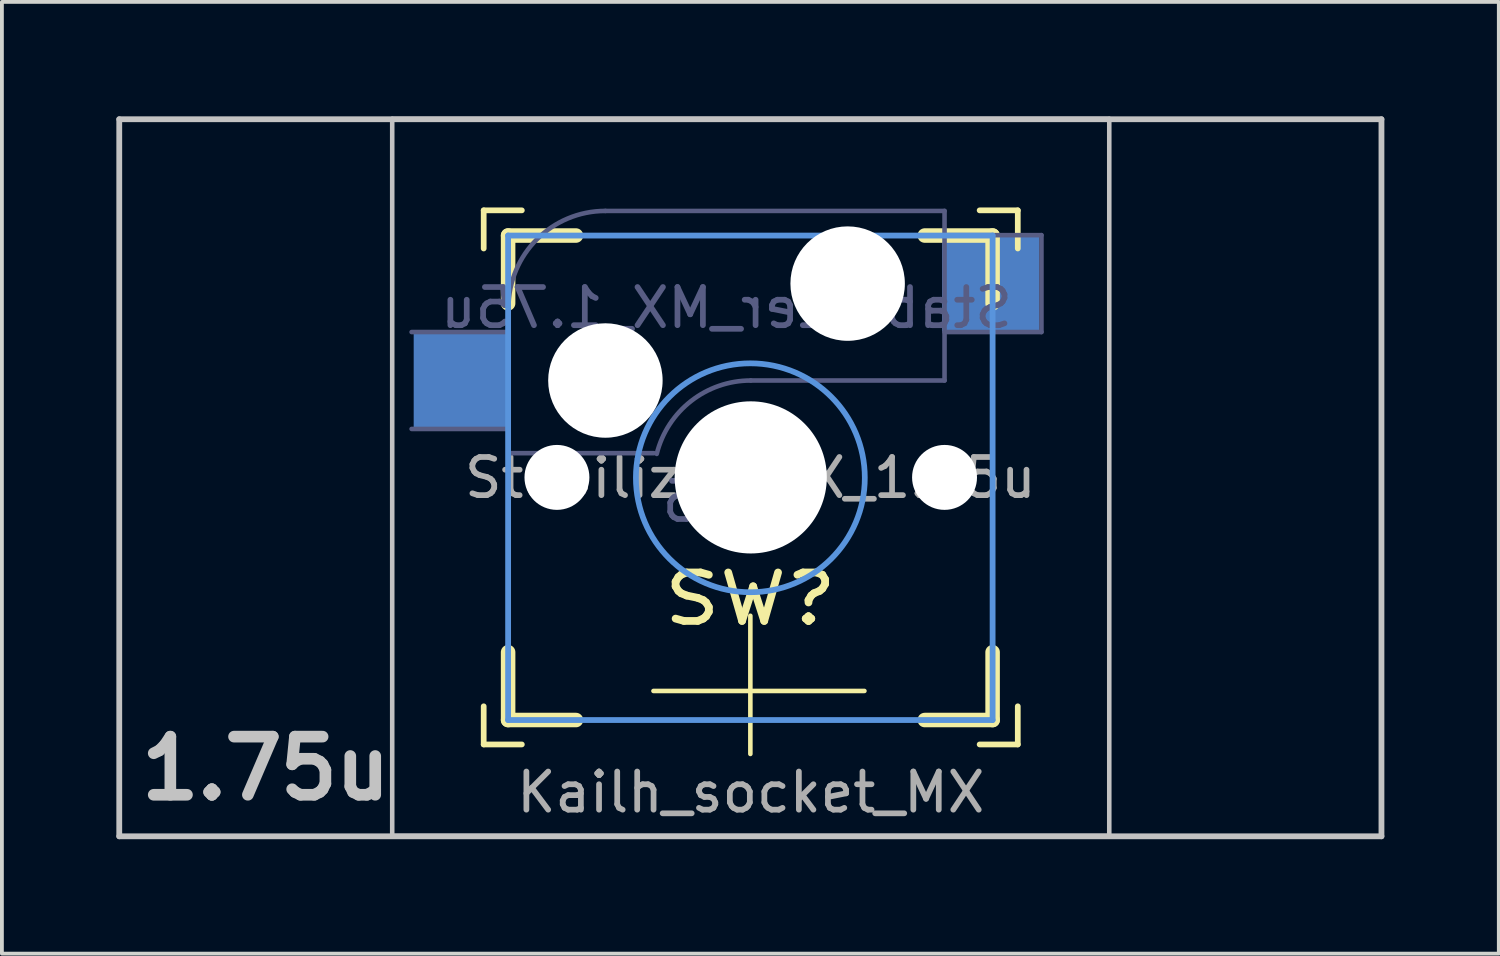
<source format=kicad_pcb>
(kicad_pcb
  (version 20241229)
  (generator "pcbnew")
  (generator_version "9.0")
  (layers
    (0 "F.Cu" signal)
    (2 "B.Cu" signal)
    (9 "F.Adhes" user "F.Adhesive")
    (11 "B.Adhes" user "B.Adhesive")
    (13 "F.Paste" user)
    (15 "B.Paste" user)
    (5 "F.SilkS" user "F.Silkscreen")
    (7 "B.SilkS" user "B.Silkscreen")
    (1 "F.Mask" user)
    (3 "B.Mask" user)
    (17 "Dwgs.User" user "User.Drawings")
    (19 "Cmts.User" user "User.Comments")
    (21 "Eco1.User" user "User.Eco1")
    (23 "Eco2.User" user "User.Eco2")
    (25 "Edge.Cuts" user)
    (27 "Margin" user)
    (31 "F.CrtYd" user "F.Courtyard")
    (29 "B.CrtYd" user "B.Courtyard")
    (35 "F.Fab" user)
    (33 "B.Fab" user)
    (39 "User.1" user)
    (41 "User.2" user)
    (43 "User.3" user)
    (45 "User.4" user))
  (footprint "Stabilizer_MX_1.75u"
    (layer "F.Cu")
    (at 16.619 9.474)
    (property "Reference" "Stabilizer_MX_1.75u" (at 0 0 0) (layer "F.Fab") (effects (font (size 1 1) (thickness 0.15))))
    (property "Value" "1.75" (at 8.89 7.62 0) (layer "F.Fab") (hide yes) (effects (font (size 1 1) (thickness 0.15))))
    (attr through_hole)
    (fp_line (start -6.99 -6.01) (end -6.99 -7.01) (stroke (width 0.15) (type solid)) (layer "F.SilkS"))
    (fp_line (start -6.99 6.99) (end -6.99 5.99) (stroke (width 0.15) (type solid)) (layer "F.SilkS"))
    (fp_line (start -6.99 6.99) (end -5.99 6.99) (stroke (width 0.15) (type solid)) (layer "F.SilkS"))
    (fp_line (start -6.35 -6.35) (end -4.572 -6.35) (stroke (width 0.381) (type solid)) (layer "F.SilkS"))
    (fp_line (start -6.35 -4.572) (end -6.35 -6.35) (stroke (width 0.381) (type solid)) (layer "F.SilkS"))
    (fp_line (start -6.35 6.35) (end -6.35 4.572) (stroke (width 0.381) (type solid)) (layer "F.SilkS"))
    (fp_line (start -5.99 -7.01) (end -6.99 -7.01) (stroke (width 0.15) (type solid)) (layer "F.SilkS"))
    (fp_line (start -4.572 6.35) (end -6.35 6.35) (stroke (width 0.381) (type solid)) (layer "F.SilkS"))
    (fp_line (start -2.54 5.588) (end 2.99 5.588) (stroke (width 0.12) (type solid)) (layer "F.SilkS"))
    (fp_line (start 0 7.239) (end 0 3.617) (stroke (width 0.12) (type solid)) (layer "F.SilkS"))
    (fp_line (start 4.572 -6.35) (end 6.35 -6.35) (stroke (width 0.381) (type solid)) (layer "F.SilkS"))
    (fp_line (start 6.01 6.99) (end 7.01 6.99) (stroke (width 0.15) (type solid)) (layer "F.SilkS"))
    (fp_line (start 6.35 -6.35) (end 6.35 -4.572) (stroke (width 0.381) (type solid)) (layer "F.SilkS"))
    (fp_line (start 6.35 4.572) (end 6.35 6.35) (stroke (width 0.381) (type solid)) (layer "F.SilkS"))
    (fp_line (start 6.35 6.35) (end 4.572 6.35) (stroke (width 0.381) (type solid)) (layer "F.SilkS"))
    (fp_line (start 7.01 -7.01) (end 6.01 -7.01) (stroke (width 0.15) (type solid)) (layer "F.SilkS"))
    (fp_line (start 7.01 -7.01) (end 7.01 -6.01) (stroke (width 0.15) (type solid)) (layer "F.SilkS"))
    (fp_line (start 7.01 5.99) (end 7.01 6.99) (stroke (width 0.15) (type solid)) (layer "F.SilkS"))
    (fp_line (start -16.543 -9.398) (end -16.543 9.398) (stroke (width 0.152) (type solid)) (layer "Dwgs.User"))
    (fp_line (start -16.543 -9.398) (end 16.543 -9.398) (stroke (width 0.152) (type solid)) (layer "Dwgs.User"))
    (fp_line (start -16.543 9.398) (end 16.543 9.398) (stroke (width 0.152) (type solid)) (layer "Dwgs.User"))
    (fp_line (start -9.388 -9.408) (end 9.408 -9.408) (stroke (width 0.12) (type solid)) (layer "Dwgs.User"))
    (fp_line (start -9.388 9.388) (end -9.388 -9.408) (stroke (width 0.12) (type solid)) (layer "Dwgs.User"))
    (fp_line (start 9.408 -9.408) (end 9.408 9.388) (stroke (width 0.12) (type solid)) (layer "Dwgs.User"))
    (fp_line (start 9.408 9.388) (end -9.388 9.388) (stroke (width 0.12) (type solid)) (layer "Dwgs.User"))
    (fp_line (start 16.543 9.398) (end 16.543 -9.398) (stroke (width 0.152) (type solid)) (layer "Dwgs.User"))
    (fp_line (start -6.35 -6.35) (end 6.35 -6.35) (stroke (width 0.152) (type solid)) (layer "Cmts.User"))
    (fp_line (start -6.35 6.35) (end -6.35 -6.35) (stroke (width 0.152) (type solid)) (layer "Cmts.User"))
    (fp_line (start 6.35 -6.35) (end 6.35 6.35) (stroke (width 0.152) (type solid)) (layer "Cmts.User"))
    (fp_line (start 6.35 6.35) (end -6.35 6.35) (stroke (width 0.152) (type solid)) (layer "Cmts.User"))
    (fp_circle (center 0 0) (end 3 0) (stroke (width 0.15) (type solid)) (fill no) (layer "Cmts.User"))
    (fp_line (start -7.25 -7.25) (end 7.25 -7.25) (stroke (width 0.15) (type solid)) (layer "Eco1.User"))
    (fp_line (start -7.25 7.25) (end -7.25 -7.25) (stroke (width 0.15) (type solid)) (layer "Eco1.User"))
    (fp_line (start 7.25 -7.25) (end 7.25 7.25) (stroke (width 0.15) (type solid)) (layer "Eco1.User"))
    (fp_line (start 7.25 7.25) (end -7.25 7.25) (stroke (width 0.15) (type solid)) (layer "Eco1.User"))
    (fp_line (start -6.985 -6.985) (end 6.985 -6.985) (stroke (width 0.152) (type solid)) (layer "Eco2.User"))
    (fp_line (start -6.985 -4.877) (end -6.985 -6.985) (stroke (width 0.152) (type solid)) (layer "Eco2.User"))
    (fp_line (start -6.985 6.985) (end -6.985 5.817) (stroke (width 0.152) (type solid)) (layer "Eco2.User"))
    (fp_line (start -6.89 6.89) (end -6.89 -6.91) (stroke (width 0.15) (type solid)) (layer "Eco2.User"))
    (fp_line (start -6.89 6.89) (end 6.91 6.89) (stroke (width 0.15) (type solid)) (layer "Eco2.User"))
    (fp_line (start -2.6 4.039) (end -2.6 7.239) (stroke (width 0.15) (type solid)) (layer "Eco2.User"))
    (fp_line (start -2.6 7.239) (end 2.6 7.239) (stroke (width 0.15) (type solid)) (layer "Eco2.User"))
    (fp_line (start 2.6 4) (end -2.6 4) (stroke (width 0.15) (type solid)) (layer "Eco2.User"))
    (fp_line (start 2.6 4) (end 2.6 7.2) (stroke (width 0.15) (type solid)) (layer "Eco2.User"))
    (fp_line (start 6.91 -6.91) (end -6.89 -6.91) (stroke (width 0.15) (type solid)) (layer "Eco2.User"))
    (fp_line (start 6.91 -6.91) (end 6.91 6.89) (stroke (width 0.15) (type solid)) (layer "Eco2.User"))
    (fp_line (start 6.985 -6.985) (end 6.985 -4.877) (stroke (width 0.152) (type solid)) (layer "Eco2.User"))
    (fp_line (start 6.985 5.817) (end 6.985 6.985) (stroke (width 0.152) (type solid)) (layer "Eco2.User"))
    (fp_line (start 6.985 6.985) (end -6.985 6.985) (stroke (width 0.152) (type solid)) (layer "Eco2.User"))
    (fp_line (start -8.88 -3.82) (end -6.34 -3.82) (stroke (width 0.12) (type solid)) (layer "B.Fab"))
    (fp_line (start -6.34 -1.28) (end -8.88 -1.28) (stroke (width 0.12) (type solid)) (layer "B.Fab"))
    (fp_line (start -6.34 -0.645) (end -6.34 -4.455) (stroke (width 0.12) (type solid)) (layer "B.Fab"))
    (fp_line (start -6.34 -0.645) (end -2.53 -0.645) (stroke (width 0.12) (type solid)) (layer "B.Fab"))
    (fp_line (start -3.8 -6.995) (end 5.09 -6.995) (stroke (width 0.12) (type solid)) (layer "B.Fab"))
    (fp_line (start 5.09 -6.995) (end 5.09 -2.55) (stroke (width 0.12) (type solid)) (layer "B.Fab"))
    (fp_line (start 5.09 -6.36) (end 7.63 -6.36) (stroke (width 0.12) (type solid)) (layer "B.Fab"))
    (fp_line (start 5.09 -2.55) (end 0.01 -2.55) (stroke (width 0.12) (type solid)) (layer "B.Fab"))
    (fp_line (start 7.63 -6.36) (end 7.63 -3.82) (stroke (width 0.12) (type solid)) (layer "B.Fab"))
    (fp_line (start 7.63 -3.82) (end 5.09 -3.82) (stroke (width 0.12) (type solid)) (layer "B.Fab"))
    (fp_arc (start -6.34 -4.455) (mid -5.596051 -6.251051) (end -3.8 -6.995) (stroke (width 0.12) (type solid)) (layer "B.Fab"))
    (fp_arc (start -2.454162 -0.62604) (mid -1.553147 -2.012042) (end 0.01 -2.55) (stroke (width 0.12) (type solid)) (layer "B.Fab"))
    (fp_text user "SW?" (at 0 3.175 0) (layer "F.SilkS") (effects (font (size 1.27 1.524) (thickness 0.203))))
    (fp_text user "1.75u" (at -12.7 7.62 0) (layer "Dwgs.User") (effects (font (size 1.524 1.524) (thickness 0.305))))
    (fp_text user "${VALUE}" (at -0.625 0.625 0) (layer "B.Fab") (effects (font (size 1 1) (thickness 0.15)) (justify mirror)))
    (fp_text user "${REFERENCE}" (at -0.625 -4.455 0) (layer "B.Fab") (effects (font (size 1 1) (thickness 0.15)) (justify mirror)))
    (fp_text user "Kailh_socket_MX" (at 0.01 8.245 0) (layer "F.Fab") (effects (font (size 1 1) (thickness 0.15))))
    (pad "" np_thru_hole circle (at -5.07 -0.01) (size 1.702 1.702) (drill 1.702) (layers "*.Cu" "*.Mask"))
    (pad "" np_thru_hole circle (at -3.8 -2.55) (size 3 3) (drill 3) (layers "*.Cu" "*.Mask"))
    (pad "" np_thru_hole circle (at 0.01 -0.01) (size 3.988 3.988) (drill 3.988) (layers "*.Cu" "*.Mask"))
    (pad "" np_thru_hole circle (at 2.55 -5.09) (size 3 3) (drill 3) (layers "*.Cu" "*.Mask"))
    (pad "" np_thru_hole circle (at 5.09 -0.01) (size 1.702 1.702) (drill 1.702) (layers "*.Cu" "*.Mask"))
    (pad "1" smd rect (at 6.3 -5.09) (size 2.55 2.5) (layers "B.Cu" "B.Mask" "B.Paste"))
    (pad "2" smd rect (at -7.55 -2.55) (size 2.55 2.5) (layers "B.Cu" "B.Mask" "B.Paste")))
  (gr_rect
    (start -3 -3)
    (end 36.238 21.948)
    (stroke (width 0.1) (type default))
    (fill no)
    (layer "Edge.Cuts")))
</source>
